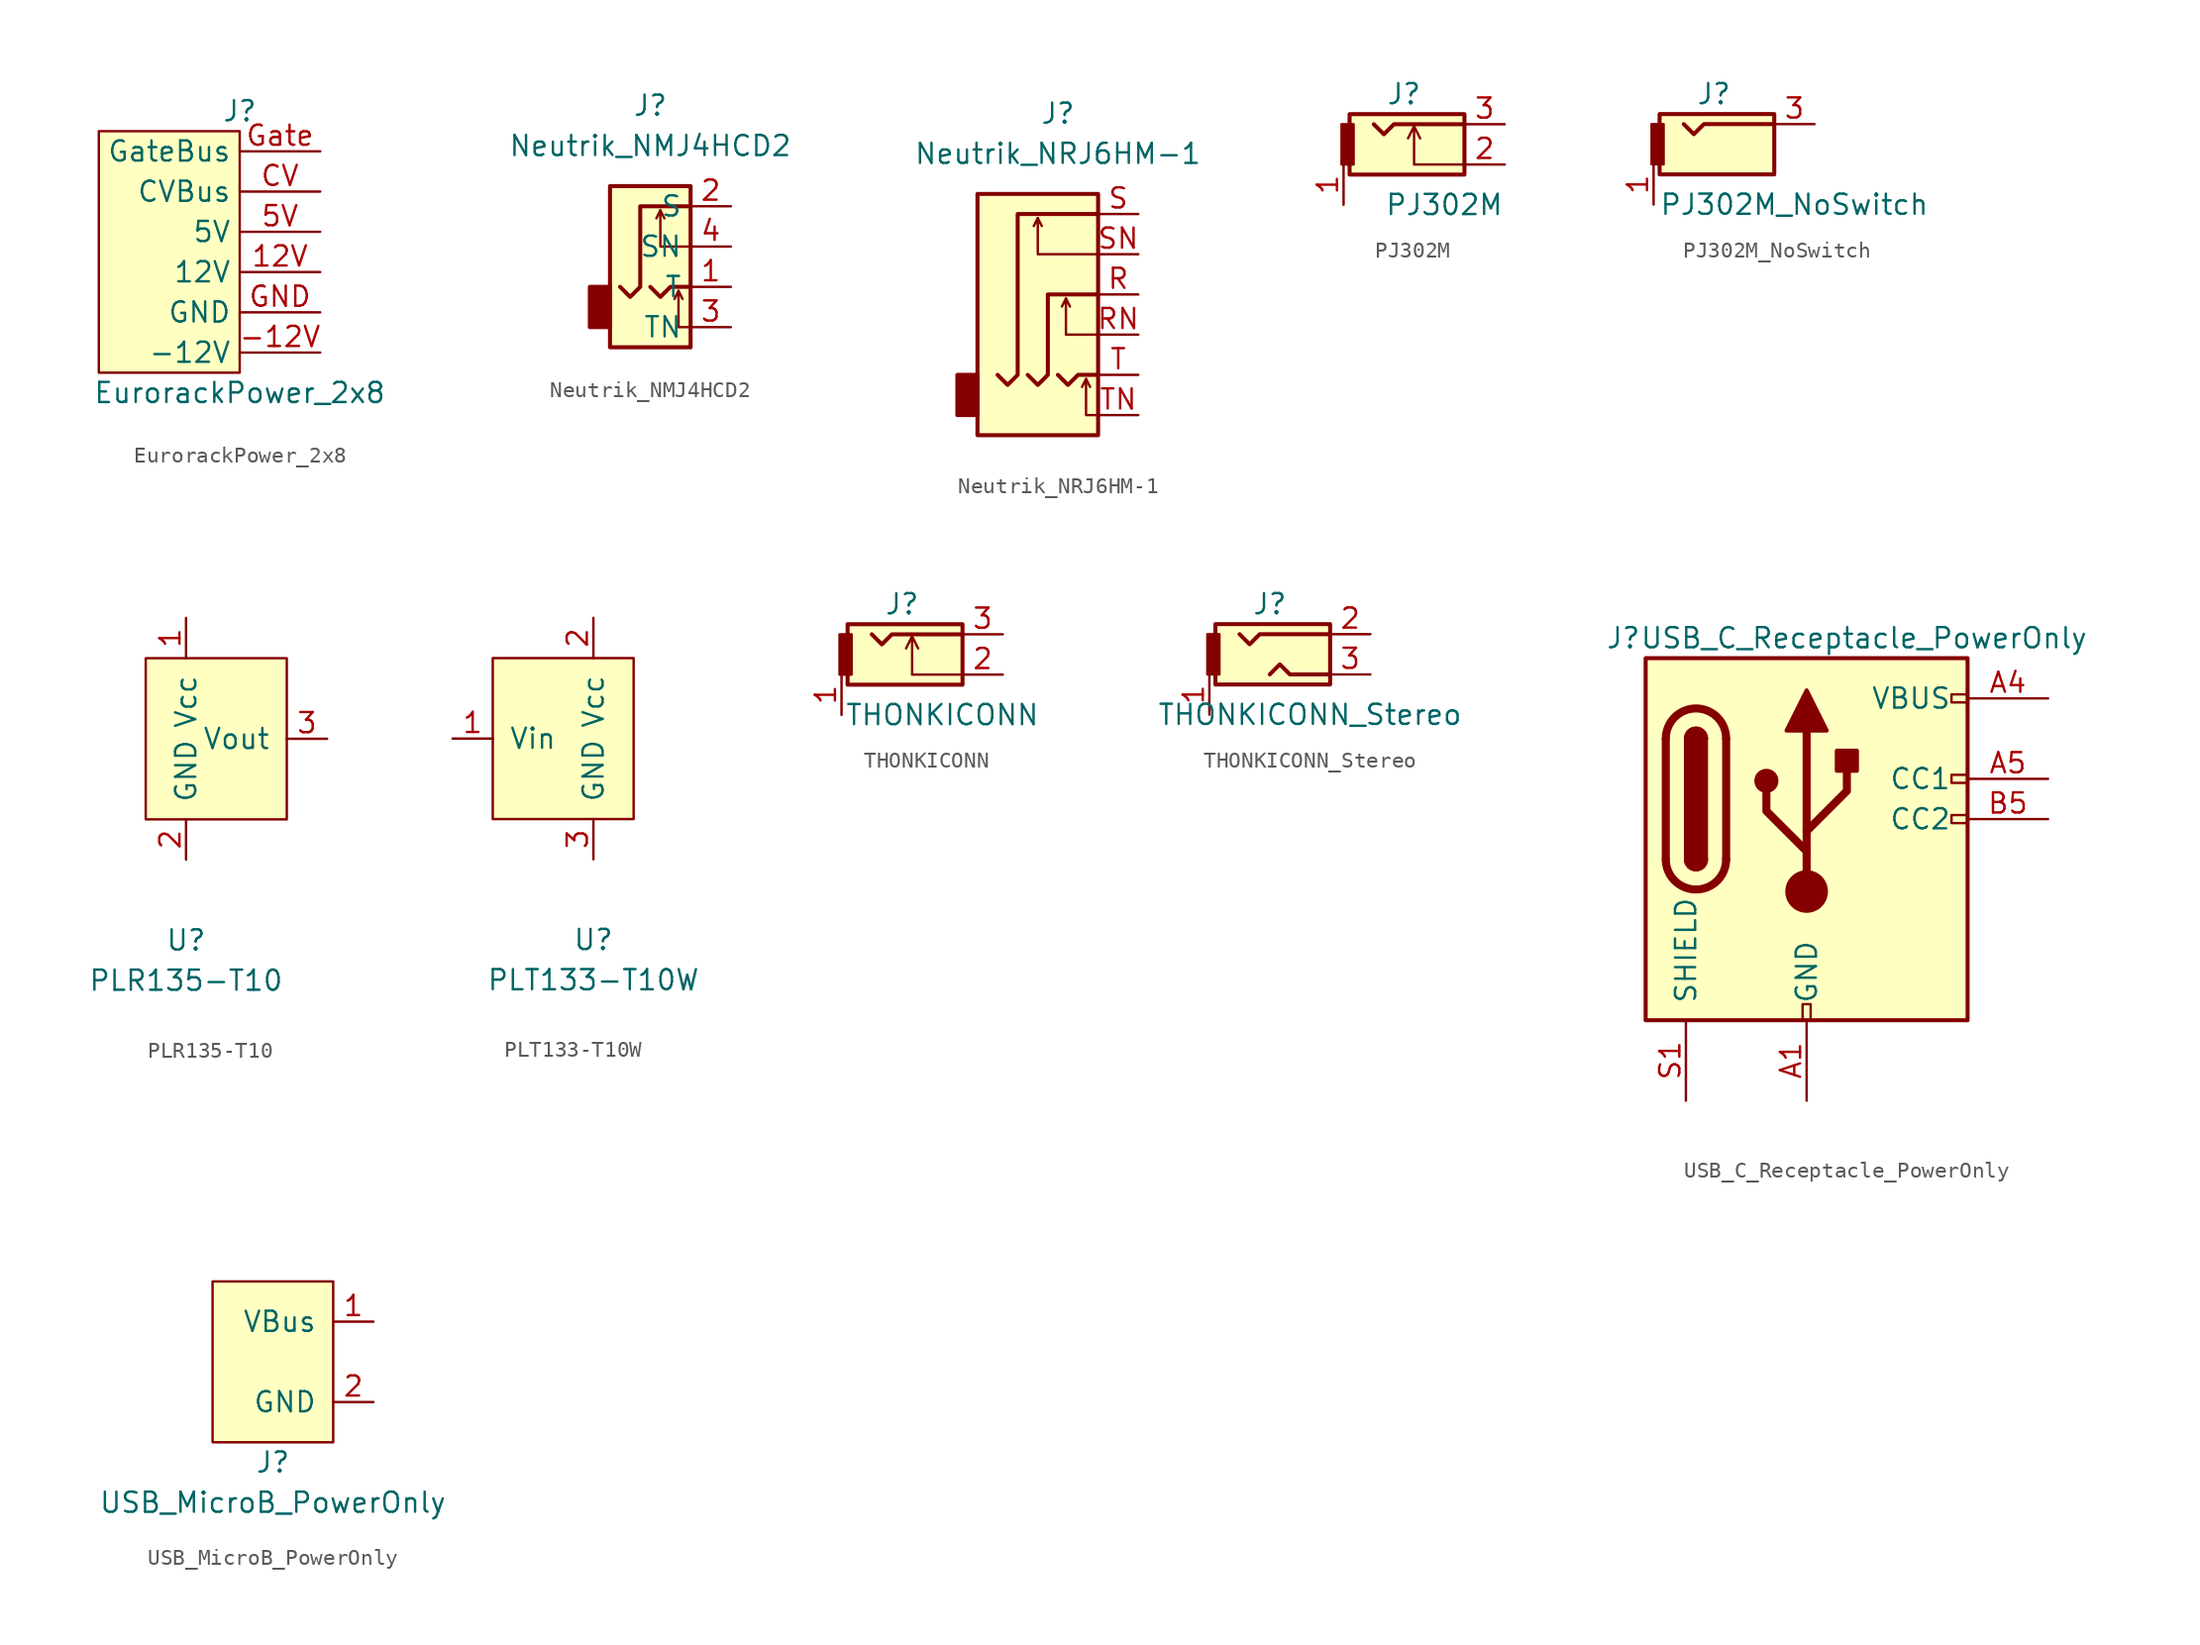
<source format=kicad_sym>
(kicad_symbol_lib
  (version 20220914)
  (generator kicad_symbol_editor)
  (symbol "EurorackPower_2x8"
    (property "Reference" "J"
      (at 0 12.7 0)
      (effects (font (size 1.27 1.27))))
    (property "Value" "EurorackPower_2x8"
      (at 0 -5.08 0)
      (effects (font (size 1.27 1.27))))
    (symbol "EurorackPower_2x8_0_1"
      (rectangle (start -8.89 11.43) (end 0 -3.81) (stroke (width 0.152) (type default)) (fill (type background))))
    (symbol "EurorackPower_2x8_1_1"
      (pin power_out line (at 5.08 -2.54 180) (length 5.08) (name "-12V" (effects (font (size 1.27 1.27)))) (number "-12V" (effects (font (size 1.27 1.27)))))
      (pin power_out line (at 5.08 2.54 180) (length 5.08) (name "12V" (effects (font (size 1.27 1.27)))) (number "12V" (effects (font (size 1.27 1.27)))))
      (pin bidirectional line (at 5.08 5.08 180) (length 5.08) (name "5V" (effects (font (size 1.27 1.27)))) (number "5V" (effects (font (size 1.27 1.27)))))
      (pin bidirectional line (at 5.08 7.62 180) (length 5.08) (name "CVBus" (effects (font (size 1.27 1.27)))) (number "CV" (effects (font (size 1.27 1.27)))))
      (pin power_in line (at 5.08 0 180) (length 5.08) (name "GND" (effects (font (size 1.27 1.27)))) (number "GND" (effects (font (size 1.27 1.27)))))
      (pin bidirectional line (at 5.08 10.16 180) (length 5.08) (name "GateBus" (effects (font (size 1.27 1.27)))) (number "Gate" (effects (font (size 1.27 1.27)))))))
  (symbol "Neutrik_NMJ4HCD2"
    (property "Reference" "J"
      (at 0 11.43 0)
      (effects (font (size 1.27 1.27))))
    (property "Value" "Neutrik_NMJ4HCD2"
      (at 0 8.89 0)
      (effects (font (size 1.27 1.27))))
    (symbol "Neutrik_NMJ4HCD2_0_1"
      (rectangle (start -2.54 0) (end -3.81 -2.54) (stroke (width 0.254) (type default)) (fill (type outline)))
      (rectangle (start 2.54 6.35) (end -2.54 -3.81) (stroke (width 0.254) (type default)) (fill (type background))))
    (symbol "Neutrik_NMJ4HCD2_1_1"
      (polyline (pts (xy 0.635 4.826) (xy 0.889 4.318)) (stroke (width 0) (type default)) (fill (type none)))
      (polyline (pts (xy 1.778 -0.254) (xy 2.032 -0.762)) (stroke (width 0) (type default)) (fill (type none)))
      (polyline (pts (xy 0 0) (xy 0.635 -0.635) (xy 1.27 0) (xy 2.54 0)) (stroke (width 0.254) (type default)) (fill (type none)))
      (polyline (pts (xy 2.54 -2.54) (xy 1.778 -2.54) (xy 1.778 -0.254) (xy 1.524 -0.762)) (stroke (width 0) (type default)) (fill (type none)))
      (polyline (pts (xy 2.54 2.54) (xy 0.635 2.54) (xy 0.635 4.826) (xy 0.381 4.318)) (stroke (width 0) (type default)) (fill (type none)))
      (polyline (pts (xy 2.54 5.08) (xy -0.635 5.08) (xy -0.635 0) (xy -1.27 -0.635) (xy -1.905 0)) (stroke (width 0.254) (type default)) (fill (type none)))
      (pin passive line (at 5.08 0 180) (length 2.54) (name "T" (effects (font (size 1.27 1.27)))) (number "1" (effects (font (size 1.27 1.27)))))
      (pin passive line (at 5.08 5.08 180) (length 2.54) (name "S" (effects (font (size 1.27 1.27)))) (number "2" (effects (font (size 1.27 1.27)))))
      (pin passive line (at 5.08 -2.54 180) (length 2.54) (name "TN" (effects (font (size 1.27 1.27)))) (number "3" (effects (font (size 1.27 1.27)))))
      (pin passive line (at 5.08 2.54 180) (length 2.54) (name "SN" (effects (font (size 1.27 1.27)))) (number "4" (effects (font (size 1.27 1.27)))))))
  (symbol "Neutrik_NRJ6HM-1"
    (property "Reference" "J"
      (at 0 11.43 0)
      (effects (font (size 1.27 1.27))))
    (property "Value" "Neutrik_NRJ6HM-1"
      (at 0 8.89 0)
      (effects (font (size 1.27 1.27))))
    (symbol "Neutrik_NRJ6HM-1_0_1"
      (rectangle (start -5.08 -5.08) (end -6.35 -7.62) (stroke (width 0.254) (type default)) (fill (type outline)))
      (polyline (pts (xy -1.27 4.826) (xy -1.016 4.318)) (stroke (width 0) (type default)) (fill (type none)))
      (polyline (pts (xy 0.508 -0.254) (xy 0.762 -0.762)) (stroke (width 0) (type default)) (fill (type none)))
      (polyline (pts (xy 1.778 -5.334) (xy 2.032 -5.842)) (stroke (width 0) (type default)) (fill (type none)))
      (polyline (pts (xy 0 -5.08) (xy 0.635 -5.715) (xy 1.27 -5.08) (xy 2.54 -5.08)) (stroke (width 0.254) (type default)) (fill (type none)))
      (polyline (pts (xy 2.54 -7.62) (xy 1.778 -7.62) (xy 1.778 -5.334) (xy 1.524 -5.842)) (stroke (width 0) (type default)) (fill (type none)))
      (polyline (pts (xy 2.54 -2.54) (xy 0.508 -2.54) (xy 0.508 -0.254) (xy 0.254 -0.762)) (stroke (width 0) (type default)) (fill (type none)))
      (polyline (pts (xy 2.54 2.54) (xy -1.27 2.54) (xy -1.27 4.826) (xy -1.524 4.318)) (stroke (width 0) (type default)) (fill (type none)))
      (polyline (pts (xy -1.905 -5.08) (xy -1.27 -5.715) (xy -0.635 -5.08) (xy -0.635 0) (xy 2.54 0)) (stroke (width 0.254) (type default)) (fill (type none)))
      (polyline (pts (xy 2.54 5.08) (xy -2.54 5.08) (xy -2.54 -5.08) (xy -3.175 -5.715) (xy -3.81 -5.08)) (stroke (width 0.254) (type default)) (fill (type none)))
      (rectangle (start 2.54 6.35) (end -5.08 -8.89) (stroke (width 0.254) (type default)) (fill (type background))))
    (symbol "Neutrik_NRJ6HM-1_1_1"
      (pin passive line (at 5.08 0 180) (length 2.54) (name "~" (effects (font (size 1.27 1.27)))) (number "R" (effects (font (size 1.27 1.27)))))
      (pin passive line (at 5.08 -2.54 180) (length 2.54) (name "~" (effects (font (size 1.27 1.27)))) (number "RN" (effects (font (size 1.27 1.27)))))
      (pin passive line (at 5.08 5.08 180) (length 2.54) (name "~" (effects (font (size 1.27 1.27)))) (number "S" (effects (font (size 1.27 1.27)))))
      (pin passive line (at 5.08 2.54 180) (length 2.54) (name "~" (effects (font (size 1.27 1.27)))) (number "SN" (effects (font (size 1.27 1.27)))))
      (pin passive line (at 5.08 -5.08 180) (length 2.54) (name "~" (effects (font (size 1.27 1.27)))) (number "T" (effects (font (size 1.27 1.27)))))
      (pin passive line (at 5.08 -7.62 180) (length 2.54) (name "~" (effects (font (size 1.27 1.27)))) (number "TN" (effects (font (size 1.27 1.27)))))))
  (symbol "PJ302M"
    (pin_names
      (offset 1.016))
    (property "Reference" "J"
      (at -1.27 4.445 0)
      (effects (font (size 1.27 1.27))))
    (property "Value" "PJ302M"
      (at 1.27 -2.54 0)
      (effects (font (size 1.27 1.27))))
    (symbol "PJ302M_0_1"
      (rectangle (start -4.699 3.175) (end 2.54 -0.635) (stroke (width 0.254) (type default)) (fill (type background)))
      (rectangle (start -4.445 0) (end -5.207 2.54) (stroke (width 0) (type default)) (fill (type outline)))
      (polyline (pts (xy -0.635 2.413) (xy -0.254 1.651)) (stroke (width 0) (type default)) (fill (type none)))
      (polyline (pts (xy 2.54 0) (xy -0.635 0) (xy -0.635 2.413) (xy -1.016 1.651)) (stroke (width 0) (type default)) (fill (type none)))
      (polyline (pts (xy 2.54 2.54) (xy -1.905 2.54) (xy -2.54 1.905) (xy -3.175 2.54)) (stroke (width 0.254) (type default)) (fill (type none))))
    (symbol "PJ302M_1_1"
      (pin passive line (at -5.08 -2.54 90) (length 2.54) (name "~" (effects (font (size 1.27 1.27)))) (number "1" (effects (font (size 1.27 1.27)))))
      (pin passive line (at 5.08 0 180) (length 2.54) (name "~" (effects (font (size 1.27 1.27)))) (number "2" (effects (font (size 1.27 1.27)))))
      (pin passive line (at 5.08 2.54 180) (length 2.54) (name "~" (effects (font (size 1.27 1.27)))) (number "3" (effects (font (size 1.27 1.27)))))))
  (symbol "PJ302M_NoSwitch"
    (pin_names
      (offset 1.016))
    (property "Reference" "J"
      (at -1.27 4.445 0)
      (effects (font (size 1.27 1.27))))
    (property "Value" "PJ302M_NoSwitch"
      (at 3.81 -2.54 0)
      (effects (font (size 1.27 1.27))))
    (symbol "PJ302M_NoSwitch_0_1"
      (rectangle (start -4.699 3.175) (end 2.54 -0.635) (stroke (width 0.254) (type default)) (fill (type background)))
      (rectangle (start -4.445 0) (end -5.207 2.54) (stroke (width 0) (type default)) (fill (type outline)))
      (polyline (pts (xy 2.54 2.54) (xy -1.905 2.54) (xy -2.54 1.905) (xy -3.175 2.54)) (stroke (width 0.254) (type default)) (fill (type none))))
    (symbol "PJ302M_NoSwitch_1_1"
      (pin passive line (at -5.08 -2.54 90) (length 2.54) (name "~" (effects (font (size 1.27 1.27)))) (number "1" (effects (font (size 1.27 1.27)))))
      (pin passive line (at 5.08 2.54 180) (length 2.54) (name "~" (effects (font (size 1.27 1.27)))) (number "3" (effects (font (size 1.27 1.27)))))))
  (symbol "PLR135-T10"
    (pin_names
      (offset 1.016))
    (property "Reference" "U"
      (at 0 -12.7 0)
      (effects (font (size 1.27 1.27))))
    (property "Value" "PLR135-T10"
      (at 0 -15.24 0)
      (effects (font (size 1.27 1.27))))
    (symbol "PLR135-T10_0_1"
      (rectangle (start -2.54 5.08) (end 6.35 -5.08) (stroke (width 0) (type default)) (fill (type background))))
    (symbol "PLR135-T10_1_1"
      (pin power_in line (at 0 7.62 270) (length 2.54) (name "Vcc" (effects (font (size 1.27 1.27)))) (number "1" (effects (font (size 1.27 1.27)))))
      (pin power_in line (at 0 -7.62 90) (length 2.54) (name "GND" (effects (font (size 1.27 1.27)))) (number "2" (effects (font (size 1.27 1.27)))))
      (pin output line (at 8.89 0 180) (length 2.54) (name "Vout" (effects (font (size 1.27 1.27)))) (number "3" (effects (font (size 1.27 1.27)))))))
  (symbol "PLT133-T10W"
    (pin_names
      (offset 1.016))
    (property "Reference" "U"
      (at 0 -12.7 0)
      (effects (font (size 1.27 1.27))))
    (property "Value" "PLT133-T10W"
      (at 0 -15.24 0)
      (effects (font (size 1.27 1.27))))
    (symbol "PLT133-T10W_0_1"
      (rectangle (start -6.35 5.08) (end 2.54 -5.08) (stroke (width 0) (type default)) (fill (type background))))
    (symbol "PLT133-T10W_1_1"
      (pin input line (at -8.89 0 0) (length 2.54) (name "Vin" (effects (font (size 1.27 1.27)))) (number "1" (effects (font (size 1.27 1.27)))))
      (pin power_in line (at 0 7.62 270) (length 2.54) (name "Vcc" (effects (font (size 1.27 1.27)))) (number "2" (effects (font (size 1.27 1.27)))))
      (pin power_in line (at 0 -7.62 90) (length 2.54) (name "GND" (effects (font (size 1.27 1.27)))) (number "3" (effects (font (size 1.27 1.27)))))))
  (symbol "THONKICONN"
    (pin_names
      (offset 1.016))
    (property "Reference" "J"
      (at -1.27 4.445 0)
      (effects (font (size 1.27 1.27))))
    (property "Value" "THONKICONN"
      (at 1.27 -2.54 0)
      (effects (font (size 1.27 1.27))))
    (symbol "THONKICONN_0_1"
      (rectangle (start -4.699 3.175) (end 2.54 -0.635) (stroke (width 0.254) (type default)) (fill (type background)))
      (rectangle (start -4.445 0) (end -5.207 2.54) (stroke (width 0) (type default)) (fill (type outline)))
      (polyline (pts (xy -0.635 2.413) (xy -0.254 1.651)) (stroke (width 0) (type default)) (fill (type none)))
      (polyline (pts (xy 2.54 0) (xy -0.635 0) (xy -0.635 2.413) (xy -1.016 1.651)) (stroke (width 0) (type default)) (fill (type none)))
      (polyline (pts (xy 2.54 2.54) (xy -1.905 2.54) (xy -2.54 1.905) (xy -3.175 2.54)) (stroke (width 0.254) (type default)) (fill (type none))))
    (symbol "THONKICONN_1_1"
      (pin passive line (at -5.08 -2.54 90) (length 2.54) (name "~" (effects (font (size 1.27 1.27)))) (number "1" (effects (font (size 1.27 1.27)))))
      (pin passive line (at 5.08 0 180) (length 2.54) (name "~" (effects (font (size 1.27 1.27)))) (number "2" (effects (font (size 1.27 1.27)))))
      (pin passive line (at 5.08 2.54 180) (length 2.54) (name "~" (effects (font (size 1.27 1.27)))) (number "3" (effects (font (size 1.27 1.27)))))))
  (symbol "THONKICONN_Stereo"
    (pin_names
      (offset 1.016))
    (property "Reference" "J"
      (at -1.27 4.445 0)
      (effects (font (size 1.27 1.27))))
    (property "Value" "THONKICONN_Stereo"
      (at 1.27 -2.54 0)
      (effects (font (size 1.27 1.27))))
    (symbol "THONKICONN_Stereo_0_1"
      (rectangle (start -4.699 3.175) (end 2.54 -0.635) (stroke (width 0.254) (type default)) (fill (type background)))
      (rectangle (start -4.445 0) (end -5.207 2.54) (stroke (width 0) (type default)) (fill (type outline)))
      (polyline (pts (xy -1.27 0) (xy -0.635 0.635) (xy 0 0) (xy 2.54 0)) (stroke (width 0.254) (type default)) (fill (type none)))
      (polyline (pts (xy 2.54 2.54) (xy -1.905 2.54) (xy -2.54 1.905) (xy -3.175 2.54)) (stroke (width 0.254) (type default)) (fill (type none))))
    (symbol "THONKICONN_Stereo_1_1"
      (pin passive line (at -5.08 -2.54 90) (length 2.54) (name "~" (effects (font (size 1.27 1.27)))) (number "1" (effects (font (size 1.27 1.27)))))
      (pin passive line (at 5.08 2.54 180) (length 2.54) (name "~" (effects (font (size 1.27 1.27)))) (number "2" (effects (font (size 1.27 1.27)))))
      (pin passive line (at 5.08 0 180) (length 2.54) (name "~" (effects (font (size 1.27 1.27)))) (number "3" (effects (font (size 1.27 1.27)))))))
  (symbol "USB_C_Receptacle_PowerOnly"
    (pin_names
      (offset 1.016))
    (property "Reference" "J"
      (at -12.7 10.16 0)
      (effects (font (size 1.27 1.27)) (justify left)))
    (property "Value" "USB_C_Receptacle_PowerOnly"
      (at 17.78 10.16 0)
      (effects (font (size 1.27 1.27)) (justify right)))
    (symbol "USB_C_Receptacle_PowerOnly_0_0"
      (rectangle (start -0.254 -13.97) (end 0.254 -12.954) (stroke (width 0) (type default)) (fill (type none)))
      (rectangle (start 10.16 -1.016) (end 9.144 -1.524) (stroke (width 0) (type default)) (fill (type none)))
      (rectangle (start 10.16 1.524) (end 9.144 1.016) (stroke (width 0) (type default)) (fill (type none)))
      (rectangle (start 10.16 6.604) (end 9.144 6.096) (stroke (width 0) (type default)) (fill (type none))))
    (symbol "USB_C_Receptacle_PowerOnly_0_1"
      (rectangle (start -10.16 8.89) (end 10.16 -13.97) (stroke (width 0.254) (type default)) (fill (type background)))
      (arc (start -8.89 -3.81) (mid -6.985 -5.7067) (end -5.08 -3.81) (stroke (width 0.508) (type default)) (fill (type none)))
      (arc (start -7.62 -3.81) (mid -6.985 -4.4423) (end -6.35 -3.81) (stroke (width 0.254) (type default)) (fill (type none)))
      (arc (start -7.62 -3.81) (mid -6.985 -4.4423) (end -6.35 -3.81) (stroke (width 0.254) (type default)) (fill (type outline)))
      (rectangle (start -7.62 -3.81) (end -6.35 3.81) (stroke (width 0.254) (type default)) (fill (type outline)))
      (arc (start -6.35 3.81) (mid -6.985 4.4423) (end -7.62 3.81) (stroke (width 0.254) (type default)) (fill (type none)))
      (arc (start -6.35 3.81) (mid -6.985 4.4423) (end -7.62 3.81) (stroke (width 0.254) (type default)) (fill (type outline)))
      (arc (start -5.08 3.81) (mid -6.985 5.7067) (end -8.89 3.81) (stroke (width 0.508) (type default)) (fill (type none)))
      (circle (center -2.54 1.143) (radius 0.635) (stroke (width 0.254) (type default)) (fill (type outline)))
      (circle (center 0 -5.842) (radius 1.27) (stroke (width 0) (type default)) (fill (type outline)))
      (polyline (pts (xy -8.89 -3.81) (xy -8.89 3.81)) (stroke (width 0.508) (type default)) (fill (type none)))
      (polyline (pts (xy -5.08 3.81) (xy -5.08 -3.81)) (stroke (width 0.508) (type default)) (fill (type none)))
      (polyline (pts (xy 0 -5.842) (xy 0 4.318)) (stroke (width 0.508) (type default)) (fill (type none)))
      (polyline (pts (xy 0 -3.302) (xy -2.54 -0.762) (xy -2.54 0.508)) (stroke (width 0.508) (type default)) (fill (type none)))
      (polyline (pts (xy 0 -2.032) (xy 2.54 0.508) (xy 2.54 1.778)) (stroke (width 0.508) (type default)) (fill (type none)))
      (polyline (pts (xy -1.27 4.318) (xy 0 6.858) (xy 1.27 4.318) (xy -1.27 4.318)) (stroke (width 0.254) (type default)) (fill (type outline)))
      (rectangle (start 1.905 1.778) (end 3.175 3.048) (stroke (width 0.254) (type default)) (fill (type outline))))
    (symbol "USB_C_Receptacle_PowerOnly_1_1"
      (pin passive line (at 0 -19.05 90) (length 5.08) (name "GND" (effects (font (size 1.27 1.27)))) (number "A1" (effects (font (size 1.27 1.27)))))
      (pin passive line (at 0 -19.05 90) (length 5.08) hide (name "GND" (effects (font (size 1.27 1.27)))) (number "A12" (effects (font (size 1.27 1.27)))))
      (pin passive line (at 15.24 6.35 180) (length 5.08) (name "VBUS" (effects (font (size 1.27 1.27)))) (number "A4" (effects (font (size 1.27 1.27)))))
      (pin bidirectional line (at 15.24 1.27 180) (length 5.08) (name "CC1" (effects (font (size 1.27 1.27)))) (number "A5" (effects (font (size 1.27 1.27)))))
      (pin passive line (at 15.24 6.35 180) (length 5.08) hide (name "VBUS" (effects (font (size 1.27 1.27)))) (number "A9" (effects (font (size 1.27 1.27)))))
      (pin passive line (at 0 -19.05 90) (length 5.08) hide (name "GND" (effects (font (size 1.27 1.27)))) (number "B1" (effects (font (size 1.27 1.27)))))
      (pin passive line (at 0 -19.05 90) (length 5.08) hide (name "GND" (effects (font (size 1.27 1.27)))) (number "B12" (effects (font (size 1.27 1.27)))))
      (pin passive line (at 15.24 6.35 180) (length 5.08) hide (name "VBUS" (effects (font (size 1.27 1.27)))) (number "B4" (effects (font (size 1.27 1.27)))))
      (pin bidirectional line (at 15.24 -1.27 180) (length 5.08) (name "CC2" (effects (font (size 1.27 1.27)))) (number "B5" (effects (font (size 1.27 1.27)))))
      (pin passive line (at 15.24 6.35 180) (length 5.08) hide (name "VBUS" (effects (font (size 1.27 1.27)))) (number "B9" (effects (font (size 1.27 1.27)))))
      (pin passive line (at -7.62 -19.05 90) (length 5.08) (name "SHIELD" (effects (font (size 1.27 1.27)))) (number "S1" (effects (font (size 1.27 1.27)))))))
  (symbol "USB_MicroB_PowerOnly"
    (pin_names
      (offset 1.016))
    (property "Reference" "J"
      (at 0 -6.35 0)
      (effects (font (size 1.27 1.27))))
    (property "Value" "USB_MicroB_PowerOnly"
      (at 0 -8.89 0)
      (effects (font (size 1.27 1.27))))
    (symbol "USB_MicroB_PowerOnly_0_1"
      (rectangle (start 3.81 -5.08) (end -3.81 5.08) (stroke (width 0) (type default)) (fill (type background))))
    (symbol "USB_MicroB_PowerOnly_1_1"
      (pin power_out line (at 6.35 2.54 180) (length 2.54) (name "VBus" (effects (font (size 1.27 1.27)))) (number "1" (effects (font (size 1.27 1.27)))))
      (pin power_in line (at 6.35 -2.54 180) (length 2.54) (name "GND" (effects (font (size 1.27 1.27)))) (number "2" (effects (font (size 1.27 1.27))))))))
</source>
